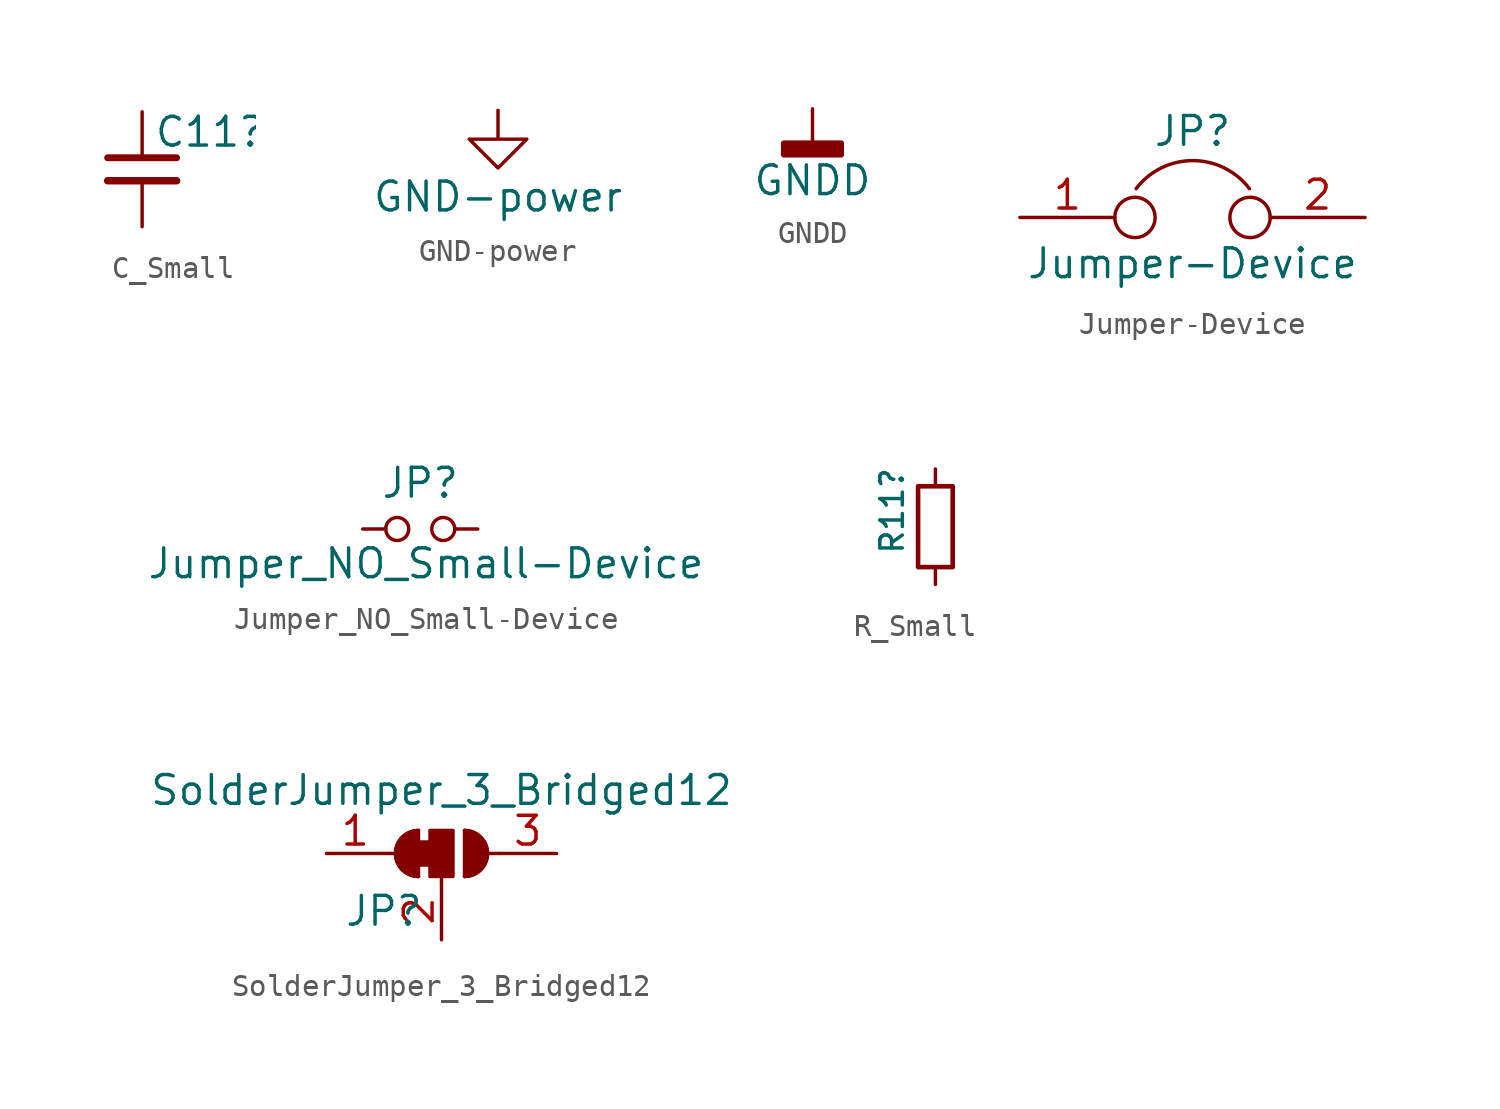
<source format=kicad_sym>
(kicad_symbol_lib
  (version 20231120)
  (generator "kicad_symbol_editor")
  (generator_version "8.0")
  (symbol "C_Small"
    (pin_numbers hide)
    (pin_names
      (offset 0.254) hide)
    (property "Reference" "C11"
      (at 0.508 1.651 0)
      (effects (font (size 1.27 1.27)) (justify left)))
    (symbol "C_Small_0_1"
      (polyline (pts (xy -1.524 -0.508) (xy 1.524 -0.508)) (stroke (width 0.33) (type default)) (fill (type none)))
      (polyline (pts (xy -1.524 0.508) (xy 1.524 0.508)) (stroke (width 0.305) (type default)) (fill (type none))))
    (symbol "C_Small_1_1"
      (pin passive line (at 0 2.54 270) (length 2.032) (name "~" (effects (font (size 1.27 1.27)))) (number "1" (effects (font (size 1.27 1.27)))))
      (pin passive line (at 0 -2.54 90) (length 2.032) (name "~" (effects (font (size 1.27 1.27)))) (number "2" (effects (font (size 1.27 1.27)))))))
  (symbol "GND-power"
    (power)
    (pin_names
      (offset 0))
    (property "Reference" "#PWR"
      (at 0 -6.35 0)
      (effects (font (size 1.27 1.27)) (hide yes)))
    (property "Value" "GND-power"
      (at 0 -3.81 0)
      (effects (font (size 1.27 1.27))))
    (symbol "GND-power_0_1"
      (polyline (pts (xy 0 0) (xy 0 -1.27) (xy 1.27 -1.27) (xy 0 -2.54) (xy -1.27 -1.27) (xy 0 -1.27)) (stroke (width 0) (type default)) (fill (type none))))
    (symbol "GND-power_1_1"
      (pin power_in line (at 0 0 270) (length 0) hide (name "GND" (effects (font (size 1.27 1.27)))) (number "1" (effects (font (size 1.27 1.27)))))))
  (symbol "GNDD"
    (power)
    (pin_names
      (offset 0))
    (property "Reference" "#PWR"
      (at 0 -6.35 0)
      (effects (font (size 1.27 1.27)) (hide yes)))
    (property "Value" "GNDD"
      (at 0 -3.175 0)
      (effects (font (size 1.27 1.27))))
    (symbol "GNDD_0_1"
      (rectangle (start -1.27 -1.524) (end 1.27 -2.032) (stroke (width 0.254) (type default)) (fill (type outline)))
      (polyline (pts (xy 0 0) (xy 0 -1.524)) (stroke (width 0) (type default)) (fill (type none))))
    (symbol "GNDD_1_1"
      (pin power_in line (at 0 0 270) (length 0) hide (name "GNDD" (effects (font (size 1.27 1.27)))) (number "1" (effects (font (size 1.27 1.27)))))))
  (symbol "Jumper-Device"
    (pin_names
      (offset 0.762) hide)
    (property "Reference" "JP"
      (at 0 3.81 0)
      (effects (font (size 1.27 1.27))))
    (property "Value" "Jumper-Device"
      (at 0 -2.032 0)
      (effects (font (size 1.27 1.27))))
    (symbol "Jumper-Device_0_1"
      (circle (center -2.54 0) (radius 0.889) (stroke (width 0) (type default)) (fill (type none)))
      (arc (start 2.5146 1.27) (mid 0.0127 2.5097) (end -2.4892 1.27) (stroke (width 0) (type default)) (fill (type none)))
      (circle (center 2.54 0) (radius 0.889) (stroke (width 0) (type default)) (fill (type none)))
      (pin passive line (at -7.62 0 0) (length 4.191) (name "1" (effects (font (size 1.27 1.27)))) (number "1" (effects (font (size 1.27 1.27)))))
      (pin passive line (at 7.62 0 180) (length 4.191) (name "2" (effects (font (size 1.27 1.27)))) (number "2" (effects (font (size 1.27 1.27)))))))
  (symbol "Jumper_NO_Small-Device"
    (pin_numbers hide)
    (pin_names
      (offset 0.762) hide)
    (property "Reference" "JP"
      (at 0 2.032 0)
      (effects (font (size 1.27 1.27))))
    (property "Value" "Jumper_NO_Small-Device"
      (at 0.254 -1.524 0)
      (effects (font (size 1.27 1.27))))
    (symbol "Jumper_NO_Small-Device_0_1"
      (circle (center -1.016 0) (radius 0.508) (stroke (width 0) (type default)) (fill (type none)))
      (circle (center 1.016 0) (radius 0.508) (stroke (width 0) (type default)) (fill (type none)))
      (pin passive line (at -2.54 0 0) (length 1.016) (name "1" (effects (font (size 1.27 1.27)))) (number "1" (effects (font (size 1.27 1.27)))))
      (pin passive line (at 2.54 0 180) (length 1.016) (name "2" (effects (font (size 1.27 1.27)))) (number "2" (effects (font (size 1.27 1.27)))))))
  (symbol "R_Small"
    (pin_numbers hide)
    (pin_names
      (offset 0.254) hide)
    (property "Reference" "R11"
      (at -1.905 -1.27 90)
      (effects (font (size 0.991 0.991)) (justify left)))
    (symbol "R_Small_0_1"
      (rectangle (start -0.762 1.778) (end 0.762 -1.778) (stroke (width 0.203) (type default)) (fill (type none))))
    (symbol "R_Small_1_1"
      (pin passive line (at 0 2.54 270) (length 0.762) (name "~" (effects (font (size 1.27 1.27)))) (number "1" (effects (font (size 1.27 1.27)))))
      (pin passive line (at 0 -2.54 90) (length 0.762) (name "~" (effects (font (size 1.27 1.27)))) (number "2" (effects (font (size 1.27 1.27)))))))
  (symbol "SolderJumper_3_Bridged12"
    (pin_names
      (offset 0) hide)
    (property "Reference" "JP"
      (at -2.54 -2.54 0)
      (effects (font (size 1.27 1.27))))
    (property "Value" "SolderJumper_3_Bridged12"
      (at 0 2.794 0)
      (effects (font (size 1.27 1.27))))
    (symbol "SolderJumper_3_Bridged12_0_1"
      (rectangle (start -1.016 0.508) (end -0.508 -0.508) (stroke (width 0) (type default)) (fill (type outline)))
      (arc (start -1.016 1.016) (mid -2.0276 0) (end -1.016 -1.016) (stroke (width 0) (type default)) (fill (type none)))
      (arc (start -1.016 1.016) (mid -2.0276 0) (end -1.016 -1.016) (stroke (width 0) (type default)) (fill (type outline)))
      (rectangle (start -0.508 1.016) (end 0.508 -1.016) (stroke (width 0) (type default)) (fill (type outline)))
      (polyline (pts (xy -2.54 0) (xy -2.032 0)) (stroke (width 0) (type default)) (fill (type none)))
      (polyline (pts (xy -1.016 1.016) (xy -1.016 -1.016)) (stroke (width 0) (type default)) (fill (type none)))
      (polyline (pts (xy 0 -1.27) (xy 0 -1.016)) (stroke (width 0) (type default)) (fill (type none)))
      (polyline (pts (xy 1.016 1.016) (xy 1.016 -1.016)) (stroke (width 0) (type default)) (fill (type none)))
      (polyline (pts (xy 2.54 0) (xy 2.032 0)) (stroke (width 0) (type default)) (fill (type none)))
      (arc (start 1.016 -1.016) (mid 2.0276 0) (end 1.016 1.016) (stroke (width 0) (type default)) (fill (type none)))
      (arc (start 1.016 -1.016) (mid 2.0276 0) (end 1.016 1.016) (stroke (width 0) (type default)) (fill (type outline))))
    (symbol "SolderJumper_3_Bridged12_1_1"
      (pin passive line (at -5.08 0 0) (length 2.54) (name "A" (effects (font (size 1.27 1.27)))) (number "1" (effects (font (size 1.27 1.27)))))
      (pin input line (at 0 -3.81 90) (length 2.54) (name "C" (effects (font (size 1.27 1.27)))) (number "2" (effects (font (size 1.27 1.27)))))
      (pin passive line (at 5.08 0 180) (length 2.54) (name "B" (effects (font (size 1.27 1.27)))) (number "3" (effects (font (size 1.27 1.27))))))))
</source>
